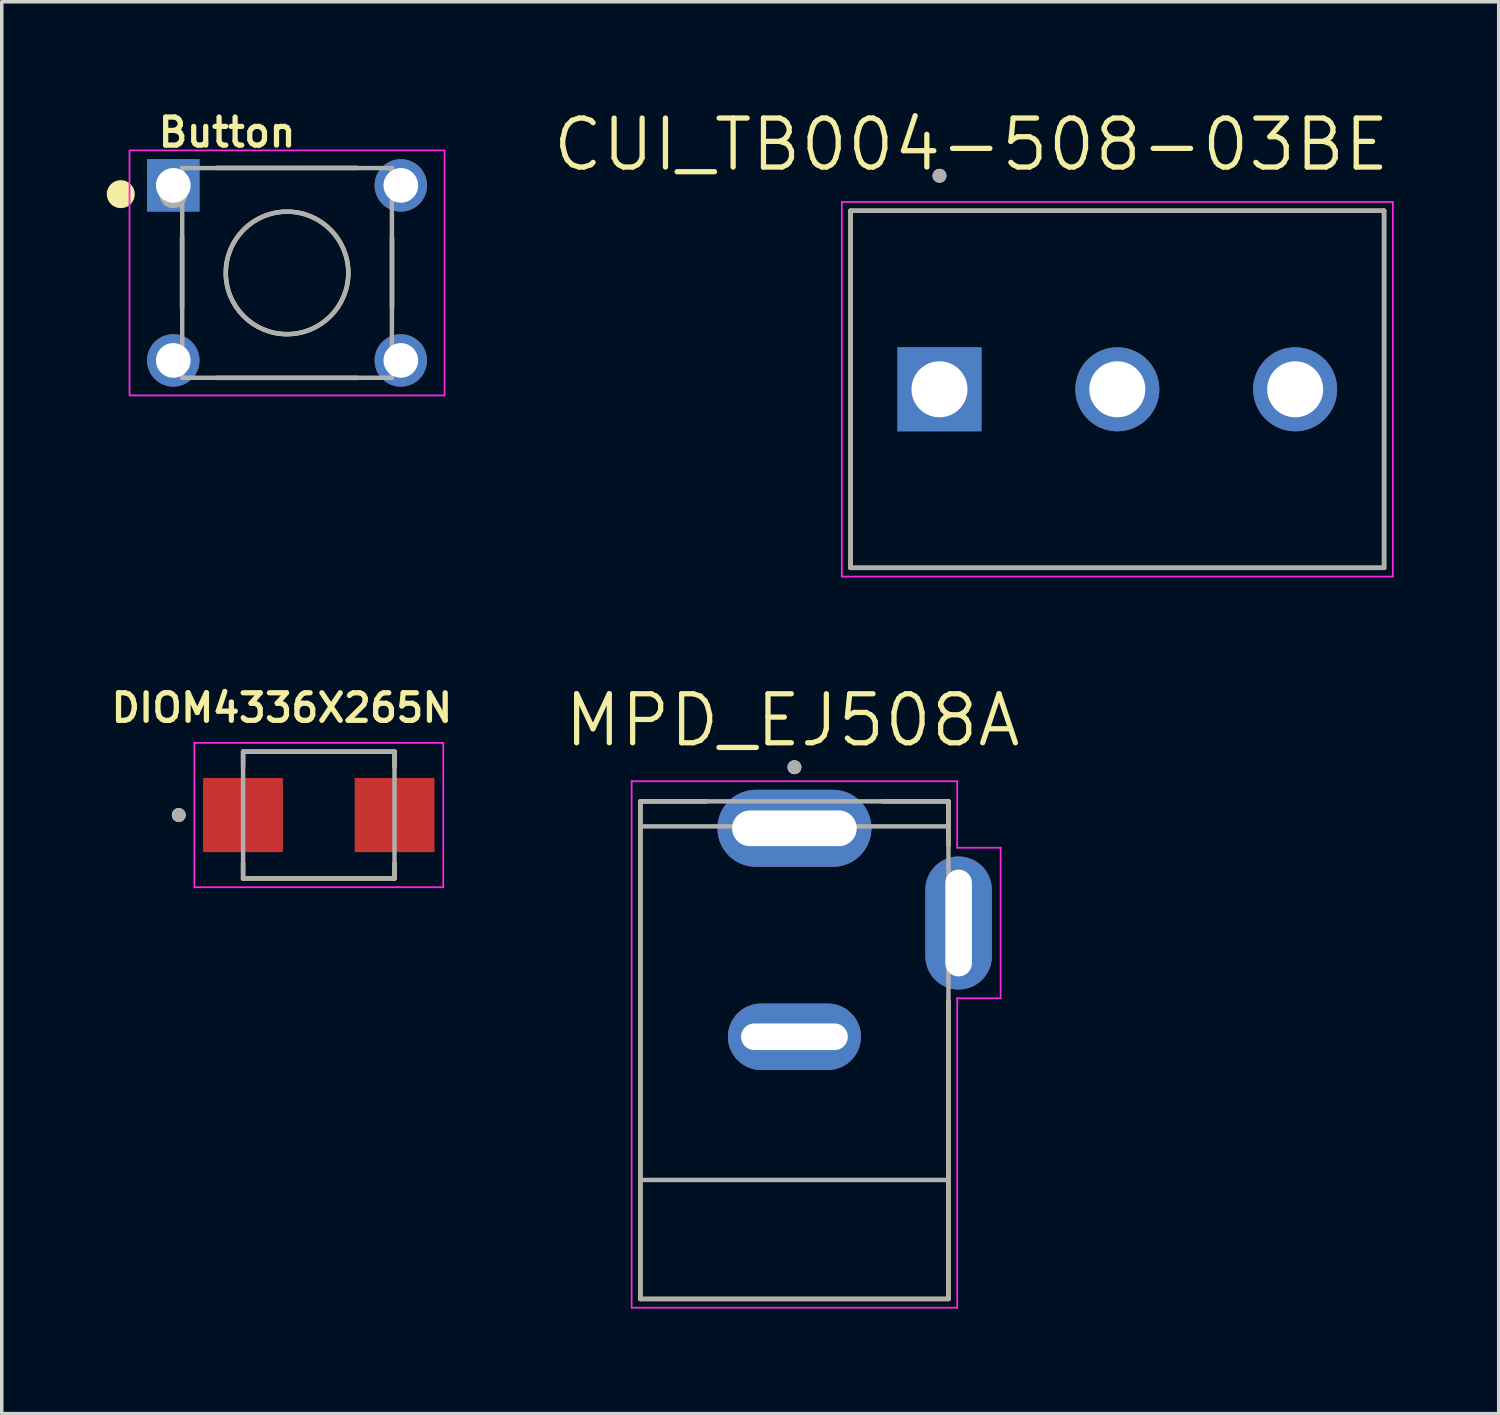
<source format=kicad_pcb>
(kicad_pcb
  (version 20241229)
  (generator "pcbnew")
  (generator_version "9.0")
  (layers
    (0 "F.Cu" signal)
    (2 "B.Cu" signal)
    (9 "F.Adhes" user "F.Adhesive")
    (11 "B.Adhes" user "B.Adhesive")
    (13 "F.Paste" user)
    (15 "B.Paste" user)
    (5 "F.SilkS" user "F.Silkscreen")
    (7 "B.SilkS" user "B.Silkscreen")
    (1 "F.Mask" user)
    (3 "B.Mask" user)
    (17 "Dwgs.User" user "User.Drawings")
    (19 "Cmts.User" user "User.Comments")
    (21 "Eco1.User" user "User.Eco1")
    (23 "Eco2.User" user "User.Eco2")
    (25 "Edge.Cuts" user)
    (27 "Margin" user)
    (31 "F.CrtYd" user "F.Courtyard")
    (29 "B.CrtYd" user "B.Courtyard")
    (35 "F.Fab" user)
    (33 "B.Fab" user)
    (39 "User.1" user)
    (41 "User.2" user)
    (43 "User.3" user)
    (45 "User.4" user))
  (footprint "Button"
    (layer "F.Cu")
    (at 5.15 4.746)
    (property "Reference" "Button" (at -1.713 -4.014 0) (layer "F.SilkS") (effects (font (size 0.801 0.801) (thickness 0.15))))
    (attr through_hole)
    (fp_line (start -3 -1) (end -3 1) (stroke (width 0.127) (type solid)) (layer "F.SilkS"))
    (fp_line (start -2 -3) (end 2 -3) (stroke (width 0.127) (type solid)) (layer "F.SilkS"))
    (fp_line (start -2 3) (end 2 3) (stroke (width 0.127) (type solid)) (layer "F.SilkS"))
    (fp_line (start 3 -1) (end 3 1) (stroke (width 0.127) (type solid)) (layer "F.SilkS"))
    (fp_circle (center -4.75 -2.25) (end -4.55 -2.25) (stroke (width 0.4) (type solid)) (fill no) (layer "F.SilkS"))
    (fp_circle (center 0 0) (end 1.75 0) (stroke (width 0.127) (type solid)) (fill no) (layer "F.SilkS"))
    (fp_rect (start -4.5 -3.5) (end 4.5 3.5) (stroke (width 0.05) (type default)) (fill no) (layer "F.CrtYd"))
    (fp_line (start -2.995 -2.995) (end -2.995 2.995) (stroke (width 0.127) (type solid)) (layer "F.Fab"))
    (fp_line (start -2.995 2.995) (end 2.995 2.995) (stroke (width 0.127) (type solid)) (layer "F.Fab"))
    (fp_line (start 2.995 -2.995) (end -2.995 -2.995) (stroke (width 0.127) (type solid)) (layer "F.Fab"))
    (fp_line (start 2.995 2.995) (end 2.995 -2.995) (stroke (width 0.127) (type solid)) (layer "F.Fab"))
    (fp_circle (center -3.25 -2.25) (end -3.05 -2.25) (stroke (width 0.4) (type solid)) (fill no) (layer "F.Fab"))
    (fp_circle (center 0 0) (end 1.75 0) (stroke (width 0.127) (type solid)) (fill no) (layer "F.Fab"))
    (pad "1" thru_hole rect (at -3.25 -2.5) (size 1.498 1.498) (drill 0.99) (layers "*.Cu" "*.Mask"))
    (pad "2" thru_hole circle (at -3.25 2.5) (size 1.498 1.498) (drill 0.99) (layers "*.Cu" "*.Mask"))
    (pad "3" thru_hole circle (at 3.25 -2.5) (size 1.498 1.498) (drill 0.99) (layers "*.Cu" "*.Mask"))
    (pad "4" thru_hole circle (at 3.25 2.5) (size 1.498 1.498) (drill 0.99) (layers "*.Cu" "*.Mask")))
  (footprint "CUI_TB004-508-03BE"
    (layer "F.Cu")
    (at 23.788 8.071)
    (property "Reference" "CUI_TB004-508-03BE" (at 0.905 -6.989 0) (layer "F.SilkS") (effects (font (size 1.4 1.4) (thickness 0.15))))
    (attr through_hole)
    (fp_line (start -2.54 -5.1) (end 12.7 -5.1) (stroke (width 0.127) (type solid)) (layer "F.SilkS"))
    (fp_line (start -2.54 5.1) (end -2.54 -5.1) (stroke (width 0.127) (type solid)) (layer "F.SilkS"))
    (fp_line (start 12.7 -5.1) (end 12.7 5.1) (stroke (width 0.127) (type solid)) (layer "F.SilkS"))
    (fp_line (start 12.7 5.1) (end -2.54 5.1) (stroke (width 0.127) (type solid)) (layer "F.SilkS"))
    (fp_circle (center 0 -6.1) (end 0.1 -6.1) (stroke (width 0.2) (type solid)) (fill no) (layer "F.SilkS"))
    (fp_line (start -2.79 -5.35) (end 12.95 -5.35) (stroke (width 0.05) (type solid)) (layer "F.CrtYd"))
    (fp_line (start -2.79 5.35) (end -2.79 -5.35) (stroke (width 0.05) (type solid)) (layer "F.CrtYd"))
    (fp_line (start 12.95 -5.35) (end 12.95 5.35) (stroke (width 0.05) (type solid)) (layer "F.CrtYd"))
    (fp_line (start 12.95 5.35) (end -2.79 5.35) (stroke (width 0.05) (type solid)) (layer "F.CrtYd"))
    (fp_line (start -2.54 -5.1) (end 12.7 -5.1) (stroke (width 0.127) (type solid)) (layer "F.Fab"))
    (fp_line (start -2.54 5.1) (end -2.54 -5.1) (stroke (width 0.127) (type solid)) (layer "F.Fab"))
    (fp_line (start 12.7 -5.1) (end 12.7 5.1) (stroke (width 0.127) (type solid)) (layer "F.Fab"))
    (fp_line (start 12.7 5.1) (end -2.54 5.1) (stroke (width 0.127) (type solid)) (layer "F.Fab"))
    (fp_circle (center 0 -6.1) (end 0.1 -6.1) (stroke (width 0.2) (type solid)) (fill no) (layer "F.Fab"))
    (pad "1" thru_hole rect (at 0 0) (size 2.4 2.4) (drill 1.6) (layers "*.Cu" "*.Mask"))
    (pad "2" thru_hole circle (at 5.08 0) (size 2.4 2.4) (drill 1.6) (layers "*.Cu" "*.Mask"))
    (pad "3" thru_hole circle (at 10.16 0) (size 2.4 2.4) (drill 1.6) (layers "*.Cu" "*.Mask")))
  (footprint "MPD_EJ508A"
    (layer "F.Cu")
    (at 19.644 23.317)
    (property "Reference" "MPD_EJ508A" (at -0.055 -5.789 0) (layer "F.SilkS") (effects (font (size 1.4 1.4) (thickness 0.15))))
    (attr through_hole)
    (fp_line (start -4.4 -3.475) (end -4.4 10.74) (stroke (width 0.127) (type solid)) (layer "F.SilkS"))
    (fp_line (start -4.4 10.74) (end 4.4 10.74) (stroke (width 0.127) (type solid)) (layer "F.SilkS"))
    (fp_line (start -2.52 -3.475) (end -4.4 -3.475) (stroke (width 0.127) (type solid)) (layer "F.SilkS"))
    (fp_line (start 2.52 -3.475) (end 4.4 -3.475) (stroke (width 0.127) (type solid)) (layer "F.SilkS"))
    (fp_line (start 4.4 -3.475) (end 4.4 -2.22) (stroke (width 0.127) (type solid)) (layer "F.SilkS"))
    (fp_line (start 4.4 10.74) (end 4.4 2.22) (stroke (width 0.127) (type solid)) (layer "F.SilkS"))
    (fp_circle (center 0 -4.45) (end 0.1 -4.45) (stroke (width 0.2) (type solid)) (fill no) (layer "F.SilkS"))
    (fp_line (start -4.65 -4.05) (end -4.65 10.99) (stroke (width 0.05) (type solid)) (layer "F.CrtYd"))
    (fp_line (start -4.65 10.99) (end 4.65 10.99) (stroke (width 0.05) (type solid)) (layer "F.CrtYd"))
    (fp_line (start 4.65 -4.05) (end -4.65 -4.05) (stroke (width 0.05) (type solid)) (layer "F.CrtYd"))
    (fp_line (start 4.65 -4.05) (end 4.65 -2.15) (stroke (width 0.05) (type solid)) (layer "F.CrtYd"))
    (fp_line (start 4.65 -2.15) (end 5.89 -2.15) (stroke (width 0.05) (type solid)) (layer "F.CrtYd"))
    (fp_line (start 4.65 2.15) (end 4.65 10.99) (stroke (width 0.05) (type solid)) (layer "F.CrtYd"))
    (fp_line (start 5.89 -2.15) (end 5.89 2.15) (stroke (width 0.05) (type solid)) (layer "F.CrtYd"))
    (fp_line (start 5.89 2.15) (end 4.65 2.15) (stroke (width 0.05) (type solid)) (layer "F.CrtYd"))
    (fp_line (start -4.4 -3.475) (end -4.4 -2.76) (stroke (width 0.127) (type solid)) (layer "F.Fab"))
    (fp_line (start -4.4 -2.76) (end -4.4 7.34) (stroke (width 0.127) (type solid)) (layer "F.Fab"))
    (fp_line (start -4.4 -2.76) (end 4.4 -2.76) (stroke (width 0.127) (type solid)) (layer "F.Fab"))
    (fp_line (start -4.4 7.34) (end -4.4 10.74) (stroke (width 0.127) (type solid)) (layer "F.Fab"))
    (fp_line (start -4.4 7.34) (end 4.4 7.34) (stroke (width 0.127) (type solid)) (layer "F.Fab"))
    (fp_line (start -4.4 10.74) (end 4.4 10.74) (stroke (width 0.127) (type solid)) (layer "F.Fab"))
    (fp_line (start 4.4 -3.475) (end -4.4 -3.475) (stroke (width 0.127) (type solid)) (layer "F.Fab"))
    (fp_line (start 4.4 -2.76) (end 4.4 -3.475) (stroke (width 0.127) (type solid)) (layer "F.Fab"))
    (fp_line (start 4.4 7.34) (end 4.4 -2.76) (stroke (width 0.127) (type solid)) (layer "F.Fab"))
    (fp_line (start 4.4 10.74) (end 4.4 7.34) (stroke (width 0.127) (type solid)) (layer "F.Fab"))
    (fp_circle (center 0 -4.45) (end 0.1 -4.45) (stroke (width 0.2) (type solid)) (fill no) (layer "F.Fab"))
    (pad "1" thru_hole oval (at 0 -2.705) (size 4.4 2.2) (drill oval 3.56 1.02) (layers "*.Cu" "*.Mask"))
    (pad "2" thru_hole oval (at 0 3.25) (size 3.8 1.9) (drill oval 3.05 0.76) (layers "*.Cu" "*.Mask"))
    (pad "3" thru_hole oval (at 4.69 0) (size 1.9 3.8) (drill oval 0.76 3.05) (layers "*.Cu" "*.Mask")))
  (footprint "DIOM4336X265N"
    (layer "F.Cu")
    (at 6.057 20.233)
    (property "Reference" "DIOM4336X265N" (at -1.055 -3.062 0) (layer "F.SilkS") (effects (font (size 0.787 0.787) (thickness 0.15))))
    (attr smd)
    (fp_line (start -2.163 -1.812) (end -2.163 -1.38) (stroke (width 0.127) (type solid)) (layer "F.SilkS"))
    (fp_line (start -2.163 1.812) (end -2.163 1.38) (stroke (width 0.127) (type solid)) (layer "F.SilkS"))
    (fp_line (start -2.163 1.812) (end 2.163 1.812) (stroke (width 0.127) (type solid)) (layer "F.SilkS"))
    (fp_line (start 2.163 -1.812) (end -2.163 -1.812) (stroke (width 0.127) (type solid)) (layer "F.SilkS"))
    (fp_line (start 2.163 -1.38) (end 2.163 -1.812) (stroke (width 0.127) (type solid)) (layer "F.SilkS"))
    (fp_line (start 2.163 1.812) (end 2.163 1.38) (stroke (width 0.127) (type solid)) (layer "F.SilkS"))
    (fp_circle (center -4 0) (end -3.9 0) (stroke (width 0.2) (type solid)) (fill no) (layer "F.SilkS"))
    (fp_line (start -3.555 -2.062) (end -3.555 2.062) (stroke (width 0.05) (type solid)) (layer "F.CrtYd"))
    (fp_line (start -3.555 2.062) (end 3.555 2.062) (stroke (width 0.05) (type solid)) (layer "F.CrtYd"))
    (fp_line (start 3.555 -2.062) (end -3.555 -2.062) (stroke (width 0.05) (type solid)) (layer "F.CrtYd"))
    (fp_line (start 3.555 2.062) (end 3.555 -2.062) (stroke (width 0.05) (type solid)) (layer "F.CrtYd"))
    (fp_line (start -2.163 -1.812) (end -2.163 1.812) (stroke (width 0.127) (type solid)) (layer "F.Fab"))
    (fp_line (start -2.163 1.812) (end 2.163 1.812) (stroke (width 0.127) (type solid)) (layer "F.Fab"))
    (fp_line (start 2.163 -1.812) (end -2.163 -1.812) (stroke (width 0.127) (type solid)) (layer "F.Fab"))
    (fp_line (start 2.163 1.812) (end 2.163 -1.812) (stroke (width 0.127) (type solid)) (layer "F.Fab"))
    (fp_circle (center -4 0) (end -3.9 0) (stroke (width 0.2) (type solid)) (fill no) (layer "F.Fab"))
    (pad "A" smd rect (at 2.165 0) (size 2.28 2.12) (layers "F.Cu" "F.Mask" "F.Paste"))
    (pad "C" smd rect (at -2.165 0) (size 2.28 2.12) (layers "F.Cu" "F.Mask" "F.Paste")))
  (gr_rect
    (start -3 -3)
    (end 39.763 37.333)
    (stroke (width 0.1) (type default))
    (fill no)
    (layer "Edge.Cuts")))
</source>
